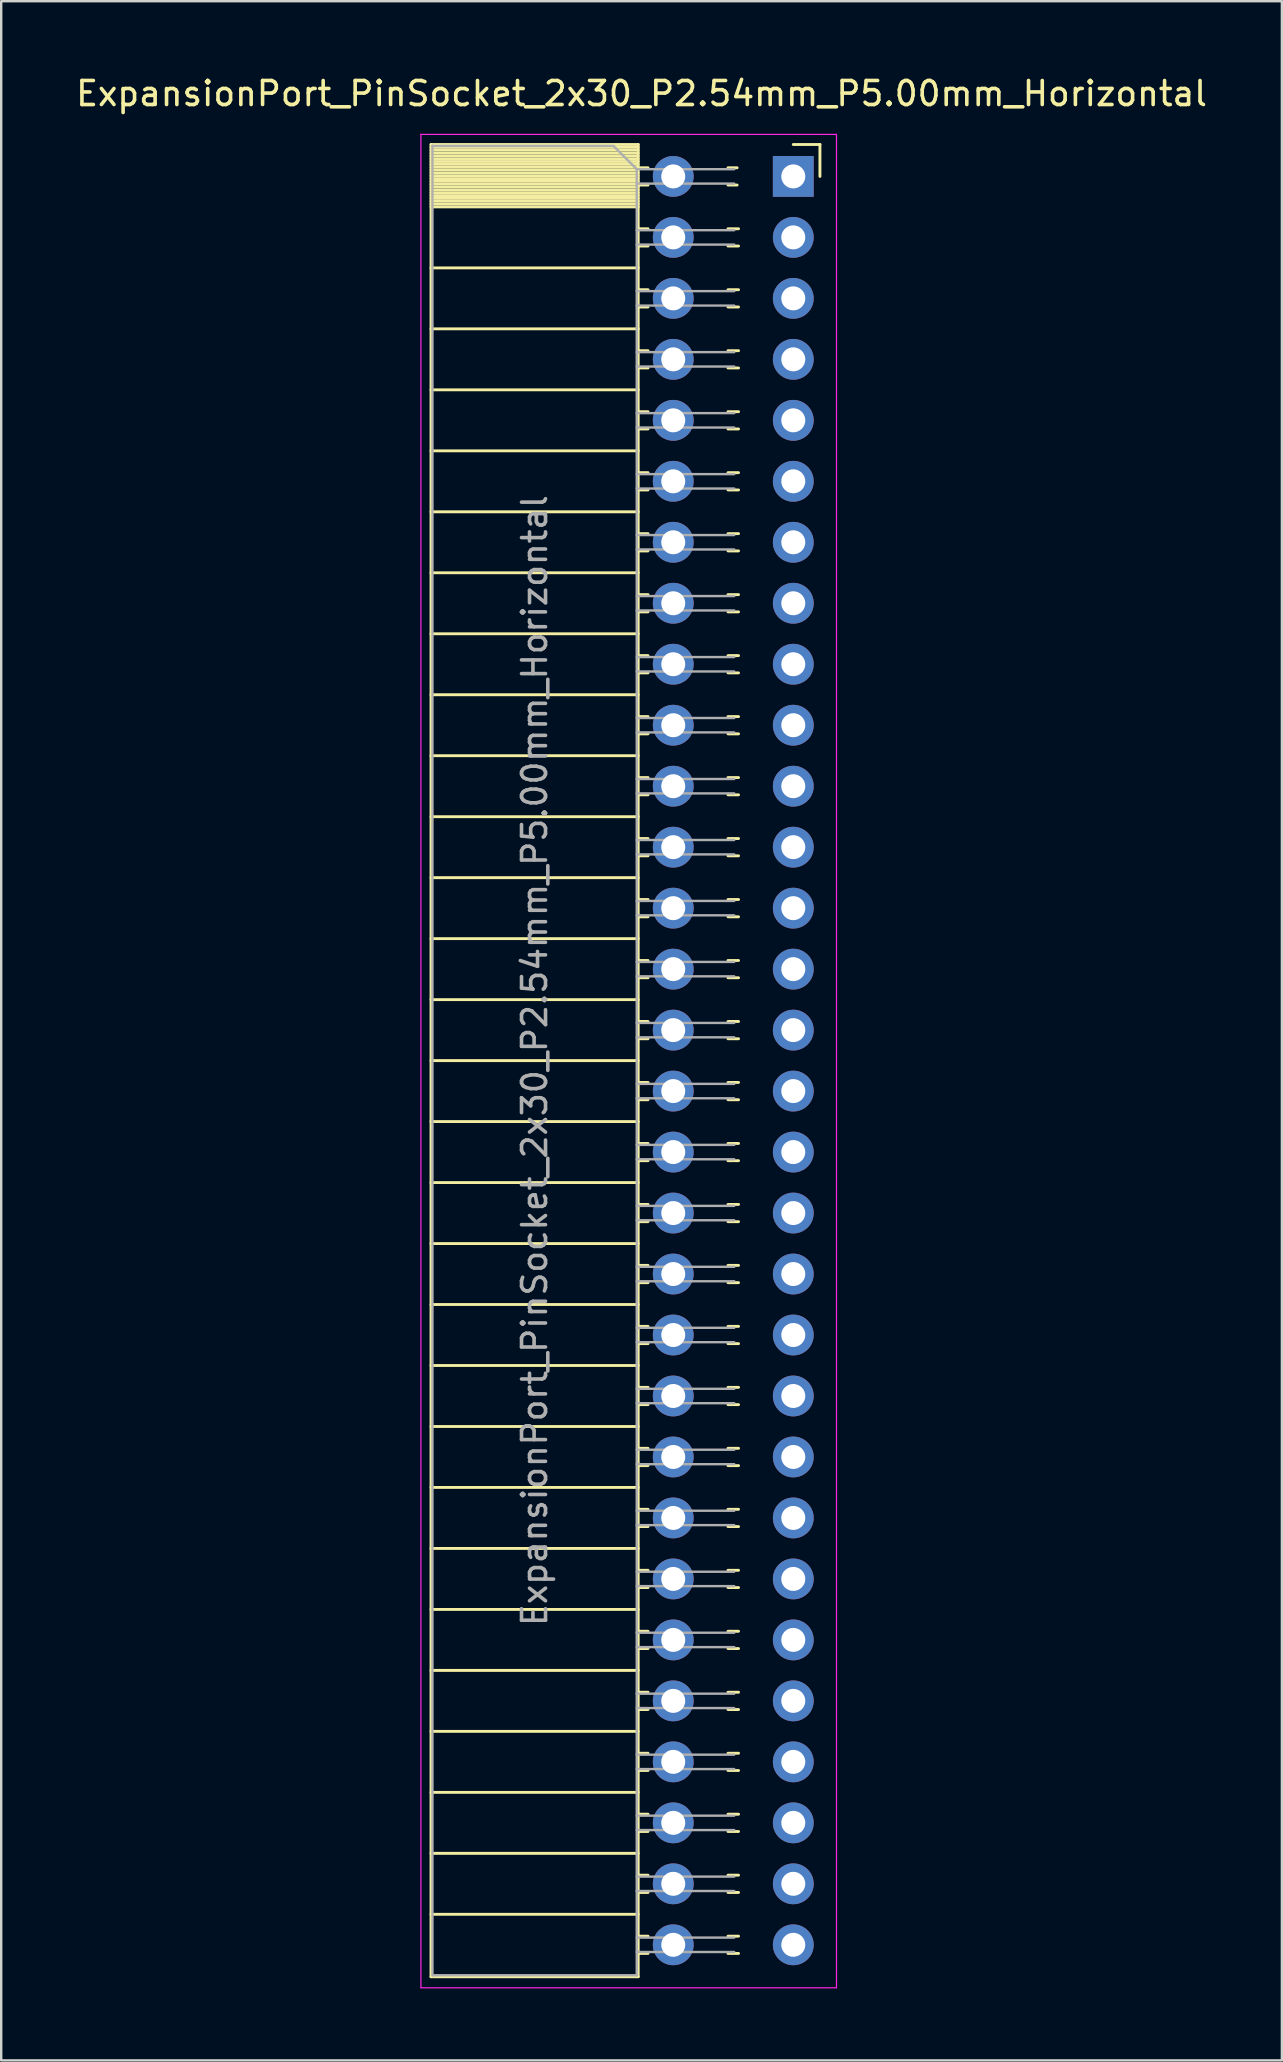
<source format=kicad_pcb>
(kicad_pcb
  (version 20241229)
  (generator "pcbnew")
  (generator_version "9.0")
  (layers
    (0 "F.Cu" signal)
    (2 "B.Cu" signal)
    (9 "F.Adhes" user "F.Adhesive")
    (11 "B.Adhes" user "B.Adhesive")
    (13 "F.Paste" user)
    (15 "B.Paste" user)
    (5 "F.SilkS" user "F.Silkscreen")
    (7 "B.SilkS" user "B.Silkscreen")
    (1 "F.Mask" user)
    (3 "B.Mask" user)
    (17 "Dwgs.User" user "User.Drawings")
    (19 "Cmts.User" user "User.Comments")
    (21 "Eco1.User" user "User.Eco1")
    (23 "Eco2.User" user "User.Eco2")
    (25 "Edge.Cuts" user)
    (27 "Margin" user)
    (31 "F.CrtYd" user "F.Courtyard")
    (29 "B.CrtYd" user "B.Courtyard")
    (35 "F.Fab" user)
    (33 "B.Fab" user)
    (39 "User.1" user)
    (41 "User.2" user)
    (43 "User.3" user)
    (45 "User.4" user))
  (footprint "ExpansionPort_PinSocket_2x30_P2.54mm_P5.00mm_Horizontal"
    (layer "F.Cu")
    (at 29.993 4.298)
    (property "Reference" "ExpansionPort_PinSocket_2x30_P2.54mm_P5.00mm_Horizontal" (at -6.32 -3.45 0) (layer "F.SilkS") (effects (font (size 1 1) (thickness 0.15))))
    (attr through_hole)
    (fp_line (start -15.09 -1.33) (end -15.09 74.99) (stroke (width 0.12) (type solid)) (layer "F.SilkS"))
    (fp_line (start -15.09 -1.33) (end -6.46 -1.33) (stroke (width 0.12) (type solid)) (layer "F.SilkS"))
    (fp_line (start -15.09 -1.21) (end -6.46 -1.21) (stroke (width 0.12) (type solid)) (layer "F.SilkS"))
    (fp_line (start -15.09 -1.092) (end -6.46 -1.092) (stroke (width 0.12) (type solid)) (layer "F.SilkS"))
    (fp_line (start -15.09 -0.974) (end -6.46 -0.974) (stroke (width 0.12) (type solid)) (layer "F.SilkS"))
    (fp_line (start -15.09 -0.856) (end -6.46 -0.856) (stroke (width 0.12) (type solid)) (layer "F.SilkS"))
    (fp_line (start -15.09 -0.738) (end -6.46 -0.738) (stroke (width 0.12) (type solid)) (layer "F.SilkS"))
    (fp_line (start -15.09 -0.62) (end -6.46 -0.62) (stroke (width 0.12) (type solid)) (layer "F.SilkS"))
    (fp_line (start -15.09 -0.501) (end -6.46 -0.501) (stroke (width 0.12) (type solid)) (layer "F.SilkS"))
    (fp_line (start -15.09 -0.383) (end -6.46 -0.383) (stroke (width 0.12) (type solid)) (layer "F.SilkS"))
    (fp_line (start -15.09 -0.265) (end -6.46 -0.265) (stroke (width 0.12) (type solid)) (layer "F.SilkS"))
    (fp_line (start -15.09 -0.147) (end -6.46 -0.147) (stroke (width 0.12) (type solid)) (layer "F.SilkS"))
    (fp_line (start -15.09 -0.029) (end -6.46 -0.029) (stroke (width 0.12) (type solid)) (layer "F.SilkS"))
    (fp_line (start -15.09 0.089) (end -6.46 0.089) (stroke (width 0.12) (type solid)) (layer "F.SilkS"))
    (fp_line (start -15.09 0.207) (end -6.46 0.207) (stroke (width 0.12) (type solid)) (layer "F.SilkS"))
    (fp_line (start -15.09 0.325) (end -6.46 0.325) (stroke (width 0.12) (type solid)) (layer "F.SilkS"))
    (fp_line (start -15.09 0.443) (end -6.46 0.443) (stroke (width 0.12) (type solid)) (layer "F.SilkS"))
    (fp_line (start -15.09 0.561) (end -6.46 0.561) (stroke (width 0.12) (type solid)) (layer "F.SilkS"))
    (fp_line (start -15.09 0.68) (end -6.46 0.68) (stroke (width 0.12) (type solid)) (layer "F.SilkS"))
    (fp_line (start -15.09 0.798) (end -6.46 0.798) (stroke (width 0.12) (type solid)) (layer "F.SilkS"))
    (fp_line (start -15.09 0.916) (end -6.46 0.916) (stroke (width 0.12) (type solid)) (layer "F.SilkS"))
    (fp_line (start -15.09 1.034) (end -6.46 1.034) (stroke (width 0.12) (type solid)) (layer "F.SilkS"))
    (fp_line (start -15.09 1.152) (end -6.46 1.152) (stroke (width 0.12) (type solid)) (layer "F.SilkS"))
    (fp_line (start -15.09 1.27) (end -6.46 1.27) (stroke (width 0.12) (type solid)) (layer "F.SilkS"))
    (fp_line (start -15.09 3.81) (end -6.46 3.81) (stroke (width 0.12) (type solid)) (layer "F.SilkS"))
    (fp_line (start -15.09 6.35) (end -6.46 6.35) (stroke (width 0.12) (type solid)) (layer "F.SilkS"))
    (fp_line (start -15.09 8.89) (end -6.46 8.89) (stroke (width 0.12) (type solid)) (layer "F.SilkS"))
    (fp_line (start -15.09 11.43) (end -6.46 11.43) (stroke (width 0.12) (type solid)) (layer "F.SilkS"))
    (fp_line (start -15.09 13.97) (end -6.46 13.97) (stroke (width 0.12) (type solid)) (layer "F.SilkS"))
    (fp_line (start -15.09 16.51) (end -6.46 16.51) (stroke (width 0.12) (type solid)) (layer "F.SilkS"))
    (fp_line (start -15.09 19.05) (end -6.46 19.05) (stroke (width 0.12) (type solid)) (layer "F.SilkS"))
    (fp_line (start -15.09 21.59) (end -6.46 21.59) (stroke (width 0.12) (type solid)) (layer "F.SilkS"))
    (fp_line (start -15.09 24.13) (end -6.46 24.13) (stroke (width 0.12) (type solid)) (layer "F.SilkS"))
    (fp_line (start -15.09 26.67) (end -6.46 26.67) (stroke (width 0.12) (type solid)) (layer "F.SilkS"))
    (fp_line (start -15.09 29.21) (end -6.46 29.21) (stroke (width 0.12) (type solid)) (layer "F.SilkS"))
    (fp_line (start -15.09 31.75) (end -6.46 31.75) (stroke (width 0.12) (type solid)) (layer "F.SilkS"))
    (fp_line (start -15.09 34.29) (end -6.46 34.29) (stroke (width 0.12) (type solid)) (layer "F.SilkS"))
    (fp_line (start -15.09 36.83) (end -6.46 36.83) (stroke (width 0.12) (type solid)) (layer "F.SilkS"))
    (fp_line (start -15.09 39.37) (end -6.46 39.37) (stroke (width 0.12) (type solid)) (layer "F.SilkS"))
    (fp_line (start -15.09 41.91) (end -6.46 41.91) (stroke (width 0.12) (type solid)) (layer "F.SilkS"))
    (fp_line (start -15.09 44.45) (end -6.46 44.45) (stroke (width 0.12) (type solid)) (layer "F.SilkS"))
    (fp_line (start -15.09 46.99) (end -6.46 46.99) (stroke (width 0.12) (type solid)) (layer "F.SilkS"))
    (fp_line (start -15.09 49.53) (end -6.46 49.53) (stroke (width 0.12) (type solid)) (layer "F.SilkS"))
    (fp_line (start -15.09 52.07) (end -6.46 52.07) (stroke (width 0.12) (type solid)) (layer "F.SilkS"))
    (fp_line (start -15.09 54.61) (end -6.46 54.61) (stroke (width 0.12) (type solid)) (layer "F.SilkS"))
    (fp_line (start -15.09 57.15) (end -6.46 57.15) (stroke (width 0.12) (type solid)) (layer "F.SilkS"))
    (fp_line (start -15.09 59.69) (end -6.46 59.69) (stroke (width 0.12) (type solid)) (layer "F.SilkS"))
    (fp_line (start -15.09 62.23) (end -6.46 62.23) (stroke (width 0.12) (type solid)) (layer "F.SilkS"))
    (fp_line (start -15.09 64.77) (end -6.46 64.77) (stroke (width 0.12) (type solid)) (layer "F.SilkS"))
    (fp_line (start -15.09 67.31) (end -6.46 67.31) (stroke (width 0.12) (type solid)) (layer "F.SilkS"))
    (fp_line (start -15.09 69.85) (end -6.46 69.85) (stroke (width 0.12) (type solid)) (layer "F.SilkS"))
    (fp_line (start -15.09 72.39) (end -6.46 72.39) (stroke (width 0.12) (type solid)) (layer "F.SilkS"))
    (fp_line (start -15.09 74.99) (end -6.46 74.99) (stroke (width 0.12) (type solid)) (layer "F.SilkS"))
    (fp_line (start -6.46 -1.33) (end -6.46 74.99) (stroke (width 0.12) (type solid)) (layer "F.SilkS"))
    (fp_line (start -6.46 -0.36) (end -6.05 -0.36) (stroke (width 0.12) (type solid)) (layer "F.SilkS"))
    (fp_line (start -6.46 0.36) (end -6.05 0.36) (stroke (width 0.12) (type solid)) (layer "F.SilkS"))
    (fp_line (start -6.46 2.18) (end -6.05 2.18) (stroke (width 0.12) (type solid)) (layer "F.SilkS"))
    (fp_line (start -6.46 2.9) (end -6.05 2.9) (stroke (width 0.12) (type solid)) (layer "F.SilkS"))
    (fp_line (start -6.46 4.72) (end -6.05 4.72) (stroke (width 0.12) (type solid)) (layer "F.SilkS"))
    (fp_line (start -6.46 5.44) (end -6.05 5.44) (stroke (width 0.12) (type solid)) (layer "F.SilkS"))
    (fp_line (start -6.46 7.26) (end -6.05 7.26) (stroke (width 0.12) (type solid)) (layer "F.SilkS"))
    (fp_line (start -6.46 7.98) (end -6.05 7.98) (stroke (width 0.12) (type solid)) (layer "F.SilkS"))
    (fp_line (start -6.46 9.8) (end -6.05 9.8) (stroke (width 0.12) (type solid)) (layer "F.SilkS"))
    (fp_line (start -6.46 10.52) (end -6.05 10.52) (stroke (width 0.12) (type solid)) (layer "F.SilkS"))
    (fp_line (start -6.46 12.34) (end -6.05 12.34) (stroke (width 0.12) (type solid)) (layer "F.SilkS"))
    (fp_line (start -6.46 13.06) (end -6.05 13.06) (stroke (width 0.12) (type solid)) (layer "F.SilkS"))
    (fp_line (start -6.46 14.88) (end -6.05 14.88) (stroke (width 0.12) (type solid)) (layer "F.SilkS"))
    (fp_line (start -6.46 15.6) (end -6.05 15.6) (stroke (width 0.12) (type solid)) (layer "F.SilkS"))
    (fp_line (start -6.46 17.42) (end -6.05 17.42) (stroke (width 0.12) (type solid)) (layer "F.SilkS"))
    (fp_line (start -6.46 18.14) (end -6.05 18.14) (stroke (width 0.12) (type solid)) (layer "F.SilkS"))
    (fp_line (start -6.46 19.96) (end -6.05 19.96) (stroke (width 0.12) (type solid)) (layer "F.SilkS"))
    (fp_line (start -6.46 20.68) (end -6.05 20.68) (stroke (width 0.12) (type solid)) (layer "F.SilkS"))
    (fp_line (start -6.46 22.5) (end -6.05 22.5) (stroke (width 0.12) (type solid)) (layer "F.SilkS"))
    (fp_line (start -6.46 23.22) (end -6.05 23.22) (stroke (width 0.12) (type solid)) (layer "F.SilkS"))
    (fp_line (start -6.46 25.04) (end -6.05 25.04) (stroke (width 0.12) (type solid)) (layer "F.SilkS"))
    (fp_line (start -6.46 25.76) (end -6.05 25.76) (stroke (width 0.12) (type solid)) (layer "F.SilkS"))
    (fp_line (start -6.46 27.58) (end -6.05 27.58) (stroke (width 0.12) (type solid)) (layer "F.SilkS"))
    (fp_line (start -6.46 28.3) (end -6.05 28.3) (stroke (width 0.12) (type solid)) (layer "F.SilkS"))
    (fp_line (start -6.46 30.12) (end -6.05 30.12) (stroke (width 0.12) (type solid)) (layer "F.SilkS"))
    (fp_line (start -6.46 30.84) (end -6.05 30.84) (stroke (width 0.12) (type solid)) (layer "F.SilkS"))
    (fp_line (start -6.46 32.66) (end -6.05 32.66) (stroke (width 0.12) (type solid)) (layer "F.SilkS"))
    (fp_line (start -6.46 33.38) (end -6.05 33.38) (stroke (width 0.12) (type solid)) (layer "F.SilkS"))
    (fp_line (start -6.46 35.2) (end -6.05 35.2) (stroke (width 0.12) (type solid)) (layer "F.SilkS"))
    (fp_line (start -6.46 35.92) (end -6.05 35.92) (stroke (width 0.12) (type solid)) (layer "F.SilkS"))
    (fp_line (start -6.46 37.74) (end -6.05 37.74) (stroke (width 0.12) (type solid)) (layer "F.SilkS"))
    (fp_line (start -6.46 38.46) (end -6.05 38.46) (stroke (width 0.12) (type solid)) (layer "F.SilkS"))
    (fp_line (start -6.46 40.28) (end -6.05 40.28) (stroke (width 0.12) (type solid)) (layer "F.SilkS"))
    (fp_line (start -6.46 41) (end -6.05 41) (stroke (width 0.12) (type solid)) (layer "F.SilkS"))
    (fp_line (start -6.46 42.82) (end -6.05 42.82) (stroke (width 0.12) (type solid)) (layer "F.SilkS"))
    (fp_line (start -6.46 43.54) (end -6.05 43.54) (stroke (width 0.12) (type solid)) (layer "F.SilkS"))
    (fp_line (start -6.46 45.36) (end -6.05 45.36) (stroke (width 0.12) (type solid)) (layer "F.SilkS"))
    (fp_line (start -6.46 46.08) (end -6.05 46.08) (stroke (width 0.12) (type solid)) (layer "F.SilkS"))
    (fp_line (start -6.46 47.9) (end -6.05 47.9) (stroke (width 0.12) (type solid)) (layer "F.SilkS"))
    (fp_line (start -6.46 48.62) (end -6.05 48.62) (stroke (width 0.12) (type solid)) (layer "F.SilkS"))
    (fp_line (start -6.46 50.44) (end -6.05 50.44) (stroke (width 0.12) (type solid)) (layer "F.SilkS"))
    (fp_line (start -6.46 51.16) (end -6.05 51.16) (stroke (width 0.12) (type solid)) (layer "F.SilkS"))
    (fp_line (start -6.46 52.98) (end -6.05 52.98) (stroke (width 0.12) (type solid)) (layer "F.SilkS"))
    (fp_line (start -6.46 53.7) (end -6.05 53.7) (stroke (width 0.12) (type solid)) (layer "F.SilkS"))
    (fp_line (start -6.46 55.52) (end -6.05 55.52) (stroke (width 0.12) (type solid)) (layer "F.SilkS"))
    (fp_line (start -6.46 56.24) (end -6.05 56.24) (stroke (width 0.12) (type solid)) (layer "F.SilkS"))
    (fp_line (start -6.46 58.06) (end -6.05 58.06) (stroke (width 0.12) (type solid)) (layer "F.SilkS"))
    (fp_line (start -6.46 58.78) (end -6.05 58.78) (stroke (width 0.12) (type solid)) (layer "F.SilkS"))
    (fp_line (start -6.46 60.6) (end -6.05 60.6) (stroke (width 0.12) (type solid)) (layer "F.SilkS"))
    (fp_line (start -6.46 61.32) (end -6.05 61.32) (stroke (width 0.12) (type solid)) (layer "F.SilkS"))
    (fp_line (start -6.46 63.14) (end -6.05 63.14) (stroke (width 0.12) (type solid)) (layer "F.SilkS"))
    (fp_line (start -6.46 63.86) (end -6.05 63.86) (stroke (width 0.12) (type solid)) (layer "F.SilkS"))
    (fp_line (start -6.46 65.68) (end -6.05 65.68) (stroke (width 0.12) (type solid)) (layer "F.SilkS"))
    (fp_line (start -6.46 66.4) (end -6.05 66.4) (stroke (width 0.12) (type solid)) (layer "F.SilkS"))
    (fp_line (start -6.46 68.22) (end -6.05 68.22) (stroke (width 0.12) (type solid)) (layer "F.SilkS"))
    (fp_line (start -6.46 68.94) (end -6.05 68.94) (stroke (width 0.12) (type solid)) (layer "F.SilkS"))
    (fp_line (start -6.46 70.76) (end -6.05 70.76) (stroke (width 0.12) (type solid)) (layer "F.SilkS"))
    (fp_line (start -6.46 71.48) (end -6.05 71.48) (stroke (width 0.12) (type solid)) (layer "F.SilkS"))
    (fp_line (start -6.46 73.3) (end -6.05 73.3) (stroke (width 0.12) (type solid)) (layer "F.SilkS"))
    (fp_line (start -6.46 74.02) (end -6.05 74.02) (stroke (width 0.12) (type solid)) (layer "F.SilkS"))
    (fp_line (start -2.72 -0.36) (end -2.34 -0.36) (stroke (width 0.12) (type solid)) (layer "F.SilkS"))
    (fp_line (start -2.72 0.36) (end -2.34 0.36) (stroke (width 0.12) (type solid)) (layer "F.SilkS"))
    (fp_line (start -2.72 2.18) (end -2.28 2.18) (stroke (width 0.12) (type solid)) (layer "F.SilkS"))
    (fp_line (start -2.72 2.9) (end -2.28 2.9) (stroke (width 0.12) (type solid)) (layer "F.SilkS"))
    (fp_line (start -2.72 4.72) (end -2.28 4.72) (stroke (width 0.12) (type solid)) (layer "F.SilkS"))
    (fp_line (start -2.72 5.44) (end -2.28 5.44) (stroke (width 0.12) (type solid)) (layer "F.SilkS"))
    (fp_line (start -2.72 7.26) (end -2.28 7.26) (stroke (width 0.12) (type solid)) (layer "F.SilkS"))
    (fp_line (start -2.72 7.98) (end -2.28 7.98) (stroke (width 0.12) (type solid)) (layer "F.SilkS"))
    (fp_line (start -2.72 9.8) (end -2.28 9.8) (stroke (width 0.12) (type solid)) (layer "F.SilkS"))
    (fp_line (start -2.72 10.52) (end -2.28 10.52) (stroke (width 0.12) (type solid)) (layer "F.SilkS"))
    (fp_line (start -2.72 12.34) (end -2.28 12.34) (stroke (width 0.12) (type solid)) (layer "F.SilkS"))
    (fp_line (start -2.72 13.06) (end -2.28 13.06) (stroke (width 0.12) (type solid)) (layer "F.SilkS"))
    (fp_line (start -2.72 14.88) (end -2.28 14.88) (stroke (width 0.12) (type solid)) (layer "F.SilkS"))
    (fp_line (start -2.72 15.6) (end -2.28 15.6) (stroke (width 0.12) (type solid)) (layer "F.SilkS"))
    (fp_line (start -2.72 17.42) (end -2.28 17.42) (stroke (width 0.12) (type solid)) (layer "F.SilkS"))
    (fp_line (start -2.72 18.14) (end -2.28 18.14) (stroke (width 0.12) (type solid)) (layer "F.SilkS"))
    (fp_line (start -2.72 19.96) (end -2.28 19.96) (stroke (width 0.12) (type solid)) (layer "F.SilkS"))
    (fp_line (start -2.72 20.68) (end -2.28 20.68) (stroke (width 0.12) (type solid)) (layer "F.SilkS"))
    (fp_line (start -2.72 22.5) (end -2.28 22.5) (stroke (width 0.12) (type solid)) (layer "F.SilkS"))
    (fp_line (start -2.72 23.22) (end -2.28 23.22) (stroke (width 0.12) (type solid)) (layer "F.SilkS"))
    (fp_line (start -2.72 25.04) (end -2.28 25.04) (stroke (width 0.12) (type solid)) (layer "F.SilkS"))
    (fp_line (start -2.72 25.76) (end -2.28 25.76) (stroke (width 0.12) (type solid)) (layer "F.SilkS"))
    (fp_line (start -2.72 27.58) (end -2.28 27.58) (stroke (width 0.12) (type solid)) (layer "F.SilkS"))
    (fp_line (start -2.72 28.3) (end -2.28 28.3) (stroke (width 0.12) (type solid)) (layer "F.SilkS"))
    (fp_line (start -2.72 30.12) (end -2.28 30.12) (stroke (width 0.12) (type solid)) (layer "F.SilkS"))
    (fp_line (start -2.72 30.84) (end -2.28 30.84) (stroke (width 0.12) (type solid)) (layer "F.SilkS"))
    (fp_line (start -2.72 32.66) (end -2.28 32.66) (stroke (width 0.12) (type solid)) (layer "F.SilkS"))
    (fp_line (start -2.72 33.38) (end -2.28 33.38) (stroke (width 0.12) (type solid)) (layer "F.SilkS"))
    (fp_line (start -2.72 35.2) (end -2.28 35.2) (stroke (width 0.12) (type solid)) (layer "F.SilkS"))
    (fp_line (start -2.72 35.92) (end -2.28 35.92) (stroke (width 0.12) (type solid)) (layer "F.SilkS"))
    (fp_line (start -2.72 37.74) (end -2.28 37.74) (stroke (width 0.12) (type solid)) (layer "F.SilkS"))
    (fp_line (start -2.72 38.46) (end -2.28 38.46) (stroke (width 0.12) (type solid)) (layer "F.SilkS"))
    (fp_line (start -2.72 40.28) (end -2.28 40.28) (stroke (width 0.12) (type solid)) (layer "F.SilkS"))
    (fp_line (start -2.72 41) (end -2.28 41) (stroke (width 0.12) (type solid)) (layer "F.SilkS"))
    (fp_line (start -2.72 42.82) (end -2.28 42.82) (stroke (width 0.12) (type solid)) (layer "F.SilkS"))
    (fp_line (start -2.72 43.54) (end -2.28 43.54) (stroke (width 0.12) (type solid)) (layer "F.SilkS"))
    (fp_line (start -2.72 45.36) (end -2.28 45.36) (stroke (width 0.12) (type solid)) (layer "F.SilkS"))
    (fp_line (start -2.72 46.08) (end -2.28 46.08) (stroke (width 0.12) (type solid)) (layer "F.SilkS"))
    (fp_line (start -2.72 47.9) (end -2.28 47.9) (stroke (width 0.12) (type solid)) (layer "F.SilkS"))
    (fp_line (start -2.72 48.62) (end -2.28 48.62) (stroke (width 0.12) (type solid)) (layer "F.SilkS"))
    (fp_line (start -2.72 50.44) (end -2.28 50.44) (stroke (width 0.12) (type solid)) (layer "F.SilkS"))
    (fp_line (start -2.72 51.16) (end -2.28 51.16) (stroke (width 0.12) (type solid)) (layer "F.SilkS"))
    (fp_line (start -2.72 52.98) (end -2.28 52.98) (stroke (width 0.12) (type solid)) (layer "F.SilkS"))
    (fp_line (start -2.72 53.7) (end -2.28 53.7) (stroke (width 0.12) (type solid)) (layer "F.SilkS"))
    (fp_line (start -2.72 55.52) (end -2.28 55.52) (stroke (width 0.12) (type solid)) (layer "F.SilkS"))
    (fp_line (start -2.72 56.24) (end -2.28 56.24) (stroke (width 0.12) (type solid)) (layer "F.SilkS"))
    (fp_line (start -2.72 58.06) (end -2.28 58.06) (stroke (width 0.12) (type solid)) (layer "F.SilkS"))
    (fp_line (start -2.72 58.78) (end -2.28 58.78) (stroke (width 0.12) (type solid)) (layer "F.SilkS"))
    (fp_line (start -2.72 60.6) (end -2.28 60.6) (stroke (width 0.12) (type solid)) (layer "F.SilkS"))
    (fp_line (start -2.72 61.32) (end -2.28 61.32) (stroke (width 0.12) (type solid)) (layer "F.SilkS"))
    (fp_line (start -2.72 63.14) (end -2.28 63.14) (stroke (width 0.12) (type solid)) (layer "F.SilkS"))
    (fp_line (start -2.72 63.86) (end -2.28 63.86) (stroke (width 0.12) (type solid)) (layer "F.SilkS"))
    (fp_line (start -2.72 65.68) (end -2.28 65.68) (stroke (width 0.12) (type solid)) (layer "F.SilkS"))
    (fp_line (start -2.72 66.4) (end -2.28 66.4) (stroke (width 0.12) (type solid)) (layer "F.SilkS"))
    (fp_line (start -2.72 68.22) (end -2.28 68.22) (stroke (width 0.12) (type solid)) (layer "F.SilkS"))
    (fp_line (start -2.72 68.94) (end -2.28 68.94) (stroke (width 0.12) (type solid)) (layer "F.SilkS"))
    (fp_line (start -2.72 70.76) (end -2.28 70.76) (stroke (width 0.12) (type solid)) (layer "F.SilkS"))
    (fp_line (start -2.72 71.48) (end -2.28 71.48) (stroke (width 0.12) (type solid)) (layer "F.SilkS"))
    (fp_line (start -2.72 73.3) (end -2.28 73.3) (stroke (width 0.12) (type solid)) (layer "F.SilkS"))
    (fp_line (start -2.72 74.02) (end -2.28 74.02) (stroke (width 0.12) (type solid)) (layer "F.SilkS"))
    (fp_line (start 0 -1.33) (end 1.11 -1.33) (stroke (width 0.12) (type solid)) (layer "F.SilkS"))
    (fp_line (start 1.11 -1.33) (end 1.11 0) (stroke (width 0.12) (type solid)) (layer "F.SilkS"))
    (fp_line (start -15.51 -1.75) (end -15.51 75.45) (stroke (width 0.05) (type solid)) (layer "F.CrtYd"))
    (fp_line (start -15.51 75.45) (end 1.8 75.45) (stroke (width 0.05) (type solid)) (layer "F.CrtYd"))
    (fp_line (start 1.8 -1.75) (end -15.51 -1.75) (stroke (width 0.05) (type solid)) (layer "F.CrtYd"))
    (fp_line (start 1.8 75.45) (end 1.8 -1.75) (stroke (width 0.05) (type solid)) (layer "F.CrtYd"))
    (fp_line (start -15.03 -1.27) (end -7.49 -1.27) (stroke (width 0.1) (type solid)) (layer "F.Fab"))
    (fp_line (start -15.03 74.93) (end -15.03 -1.27) (stroke (width 0.1) (type solid)) (layer "F.Fab"))
    (fp_line (start -7.49 -1.27) (end -6.52 -0.3) (stroke (width 0.1) (type solid)) (layer "F.Fab"))
    (fp_line (start -6.52 -0.3) (end -6.52 74.93) (stroke (width 0.1) (type solid)) (layer "F.Fab"))
    (fp_line (start -6.52 0.3) (end -2.46 0.3) (stroke (width 0.1) (type solid)) (layer "F.Fab"))
    (fp_line (start -6.52 2.84) (end -2.46 2.84) (stroke (width 0.1) (type solid)) (layer "F.Fab"))
    (fp_line (start -6.52 5.38) (end -2.46 5.38) (stroke (width 0.1) (type solid)) (layer "F.Fab"))
    (fp_line (start -6.52 7.92) (end -2.46 7.92) (stroke (width 0.1) (type solid)) (layer "F.Fab"))
    (fp_line (start -6.52 10.46) (end -2.46 10.46) (stroke (width 0.1) (type solid)) (layer "F.Fab"))
    (fp_line (start -6.52 13) (end -2.46 13) (stroke (width 0.1) (type solid)) (layer "F.Fab"))
    (fp_line (start -6.52 15.54) (end -2.46 15.54) (stroke (width 0.1) (type solid)) (layer "F.Fab"))
    (fp_line (start -6.52 18.08) (end -2.46 18.08) (stroke (width 0.1) (type solid)) (layer "F.Fab"))
    (fp_line (start -6.52 20.62) (end -2.46 20.62) (stroke (width 0.1) (type solid)) (layer "F.Fab"))
    (fp_line (start -6.52 23.16) (end -2.46 23.16) (stroke (width 0.1) (type solid)) (layer "F.Fab"))
    (fp_line (start -6.52 25.7) (end -2.46 25.7) (stroke (width 0.1) (type solid)) (layer "F.Fab"))
    (fp_line (start -6.52 28.24) (end -2.46 28.24) (stroke (width 0.1) (type solid)) (layer "F.Fab"))
    (fp_line (start -6.52 30.78) (end -2.46 30.78) (stroke (width 0.1) (type solid)) (layer "F.Fab"))
    (fp_line (start -6.52 33.32) (end -2.46 33.32) (stroke (width 0.1) (type solid)) (layer "F.Fab"))
    (fp_line (start -6.52 35.86) (end -2.46 35.86) (stroke (width 0.1) (type solid)) (layer "F.Fab"))
    (fp_line (start -6.52 38.4) (end -2.46 38.4) (stroke (width 0.1) (type solid)) (layer "F.Fab"))
    (fp_line (start -6.52 40.94) (end -2.46 40.94) (stroke (width 0.1) (type solid)) (layer "F.Fab"))
    (fp_line (start -6.52 43.48) (end -2.46 43.48) (stroke (width 0.1) (type solid)) (layer "F.Fab"))
    (fp_line (start -6.52 46.02) (end -2.46 46.02) (stroke (width 0.1) (type solid)) (layer "F.Fab"))
    (fp_line (start -6.52 48.56) (end -2.46 48.56) (stroke (width 0.1) (type solid)) (layer "F.Fab"))
    (fp_line (start -6.52 51.1) (end -2.46 51.1) (stroke (width 0.1) (type solid)) (layer "F.Fab"))
    (fp_line (start -6.52 53.64) (end -2.46 53.64) (stroke (width 0.1) (type solid)) (layer "F.Fab"))
    (fp_line (start -6.52 56.18) (end -2.46 56.18) (stroke (width 0.1) (type solid)) (layer "F.Fab"))
    (fp_line (start -6.52 58.72) (end -2.46 58.72) (stroke (width 0.1) (type solid)) (layer "F.Fab"))
    (fp_line (start -6.52 61.26) (end -2.46 61.26) (stroke (width 0.1) (type solid)) (layer "F.Fab"))
    (fp_line (start -6.52 63.8) (end -2.46 63.8) (stroke (width 0.1) (type solid)) (layer "F.Fab"))
    (fp_line (start -6.52 66.34) (end -2.46 66.34) (stroke (width 0.1) (type solid)) (layer "F.Fab"))
    (fp_line (start -6.52 68.88) (end -2.46 68.88) (stroke (width 0.1) (type solid)) (layer "F.Fab"))
    (fp_line (start -6.52 71.42) (end -2.46 71.42) (stroke (width 0.1) (type solid)) (layer "F.Fab"))
    (fp_line (start -6.52 73.96) (end -2.46 73.96) (stroke (width 0.1) (type solid)) (layer "F.Fab"))
    (fp_line (start -6.52 74.93) (end -15.03 74.93) (stroke (width 0.1) (type solid)) (layer "F.Fab"))
    (fp_line (start -2.46 -0.3) (end -6.52 -0.3) (stroke (width 0.1) (type solid)) (layer "F.Fab"))
    (fp_line (start -2.46 2.24) (end -6.52 2.24) (stroke (width 0.1) (type solid)) (layer "F.Fab"))
    (fp_line (start -2.46 4.78) (end -6.52 4.78) (stroke (width 0.1) (type solid)) (layer "F.Fab"))
    (fp_line (start -2.46 7.32) (end -6.52 7.32) (stroke (width 0.1) (type solid)) (layer "F.Fab"))
    (fp_line (start -2.46 9.86) (end -6.52 9.86) (stroke (width 0.1) (type solid)) (layer "F.Fab"))
    (fp_line (start -2.46 12.4) (end -6.52 12.4) (stroke (width 0.1) (type solid)) (layer "F.Fab"))
    (fp_line (start -2.46 14.94) (end -6.52 14.94) (stroke (width 0.1) (type solid)) (layer "F.Fab"))
    (fp_line (start -2.46 17.48) (end -6.52 17.48) (stroke (width 0.1) (type solid)) (layer "F.Fab"))
    (fp_line (start -2.46 20.02) (end -6.52 20.02) (stroke (width 0.1) (type solid)) (layer "F.Fab"))
    (fp_line (start -2.46 22.56) (end -6.52 22.56) (stroke (width 0.1) (type solid)) (layer "F.Fab"))
    (fp_line (start -2.46 25.1) (end -6.52 25.1) (stroke (width 0.1) (type solid)) (layer "F.Fab"))
    (fp_line (start -2.46 27.64) (end -6.52 27.64) (stroke (width 0.1) (type solid)) (layer "F.Fab"))
    (fp_line (start -2.46 30.18) (end -6.52 30.18) (stroke (width 0.1) (type solid)) (layer "F.Fab"))
    (fp_line (start -2.46 32.72) (end -6.52 32.72) (stroke (width 0.1) (type solid)) (layer "F.Fab"))
    (fp_line (start -2.46 35.26) (end -6.52 35.26) (stroke (width 0.1) (type solid)) (layer "F.Fab"))
    (fp_line (start -2.46 37.8) (end -6.52 37.8) (stroke (width 0.1) (type solid)) (layer "F.Fab"))
    (fp_line (start -2.46 40.34) (end -6.52 40.34) (stroke (width 0.1) (type solid)) (layer "F.Fab"))
    (fp_line (start -2.46 42.88) (end -6.52 42.88) (stroke (width 0.1) (type solid)) (layer "F.Fab"))
    (fp_line (start -2.46 45.42) (end -6.52 45.42) (stroke (width 0.1) (type solid)) (layer "F.Fab"))
    (fp_line (start -2.46 47.96) (end -6.52 47.96) (stroke (width 0.1) (type solid)) (layer "F.Fab"))
    (fp_line (start -2.46 50.5) (end -6.52 50.5) (stroke (width 0.1) (type solid)) (layer "F.Fab"))
    (fp_line (start -2.46 53.04) (end -6.52 53.04) (stroke (width 0.1) (type solid)) (layer "F.Fab"))
    (fp_line (start -2.46 55.58) (end -6.52 55.58) (stroke (width 0.1) (type solid)) (layer "F.Fab"))
    (fp_line (start -2.46 58.12) (end -6.52 58.12) (stroke (width 0.1) (type solid)) (layer "F.Fab"))
    (fp_line (start -2.46 60.66) (end -6.52 60.66) (stroke (width 0.1) (type solid)) (layer "F.Fab"))
    (fp_line (start -2.46 63.2) (end -6.52 63.2) (stroke (width 0.1) (type solid)) (layer "F.Fab"))
    (fp_line (start -2.46 65.74) (end -6.52 65.74) (stroke (width 0.1) (type solid)) (layer "F.Fab"))
    (fp_line (start -2.46 68.28) (end -6.52 68.28) (stroke (width 0.1) (type solid)) (layer "F.Fab"))
    (fp_line (start -2.46 70.82) (end -6.52 70.82) (stroke (width 0.1) (type solid)) (layer "F.Fab"))
    (fp_line (start -2.46 73.36) (end -6.52 73.36) (stroke (width 0.1) (type solid)) (layer "F.Fab"))
    (fp_line (start 0 0.3) (end 0 -0.3) (stroke (width 0.1) (type solid)) (layer "F.Fab"))
    (fp_line (start 0 2.84) (end 0 2.24) (stroke (width 0.1) (type solid)) (layer "F.Fab"))
    (fp_line (start 0 5.38) (end 0 4.78) (stroke (width 0.1) (type solid)) (layer "F.Fab"))
    (fp_line (start 0 7.92) (end 0 7.32) (stroke (width 0.1) (type solid)) (layer "F.Fab"))
    (fp_line (start 0 10.46) (end 0 9.86) (stroke (width 0.1) (type solid)) (layer "F.Fab"))
    (fp_line (start 0 13) (end 0 12.4) (stroke (width 0.1) (type solid)) (layer "F.Fab"))
    (fp_line (start 0 15.54) (end 0 14.94) (stroke (width 0.1) (type solid)) (layer "F.Fab"))
    (fp_line (start 0 18.08) (end 0 17.48) (stroke (width 0.1) (type solid)) (layer "F.Fab"))
    (fp_line (start 0 20.62) (end 0 20.02) (stroke (width 0.1) (type solid)) (layer "F.Fab"))
    (fp_line (start 0 23.16) (end 0 22.56) (stroke (width 0.1) (type solid)) (layer "F.Fab"))
    (fp_line (start 0 25.7) (end 0 25.1) (stroke (width 0.1) (type solid)) (layer "F.Fab"))
    (fp_line (start 0 28.24) (end 0 27.64) (stroke (width 0.1) (type solid)) (layer "F.Fab"))
    (fp_line (start 0 30.78) (end 0 30.18) (stroke (width 0.1) (type solid)) (layer "F.Fab"))
    (fp_line (start 0 33.32) (end 0 32.72) (stroke (width 0.1) (type solid)) (layer "F.Fab"))
    (fp_line (start 0 35.86) (end 0 35.26) (stroke (width 0.1) (type solid)) (layer "F.Fab"))
    (fp_line (start 0 38.4) (end 0 37.8) (stroke (width 0.1) (type solid)) (layer "F.Fab"))
    (fp_line (start 0 40.94) (end 0 40.34) (stroke (width 0.1) (type solid)) (layer "F.Fab"))
    (fp_line (start 0 43.48) (end 0 42.88) (stroke (width 0.1) (type solid)) (layer "F.Fab"))
    (fp_line (start 0 46.02) (end 0 45.42) (stroke (width 0.1) (type solid)) (layer "F.Fab"))
    (fp_line (start 0 48.56) (end 0 47.96) (stroke (width 0.1) (type solid)) (layer "F.Fab"))
    (fp_line (start 0 51.1) (end 0 50.5) (stroke (width 0.1) (type solid)) (layer "F.Fab"))
    (fp_line (start 0 53.64) (end 0 53.04) (stroke (width 0.1) (type solid)) (layer "F.Fab"))
    (fp_line (start 0 56.18) (end 0 55.58) (stroke (width 0.1) (type solid)) (layer "F.Fab"))
    (fp_line (start 0 58.72) (end 0 58.12) (stroke (width 0.1) (type solid)) (layer "F.Fab"))
    (fp_line (start 0 61.26) (end 0 60.66) (stroke (width 0.1) (type solid)) (layer "F.Fab"))
    (fp_line (start 0 63.8) (end 0 63.2) (stroke (width 0.1) (type solid)) (layer "F.Fab"))
    (fp_line (start 0 66.34) (end 0 65.74) (stroke (width 0.1) (type solid)) (layer "F.Fab"))
    (fp_line (start 0 68.88) (end 0 68.28) (stroke (width 0.1) (type solid)) (layer "F.Fab"))
    (fp_line (start 0 71.42) (end 0 70.82) (stroke (width 0.1) (type solid)) (layer "F.Fab"))
    (fp_line (start 0 73.96) (end 0 73.36) (stroke (width 0.1) (type solid)) (layer "F.Fab"))
    (fp_text user "${REFERENCE}" (at -10.775 36.83 90) (layer "F.Fab") (effects (font (size 1 1) (thickness 0.15))))
    (pad "A1" thru_hole rect (at 0 0) (size 1.7 1.7) (drill 1) (layers "*.Cu" "*.Mask"))
    (pad "A2" thru_hole oval (at 0 2.54) (size 1.7 1.7) (drill 1) (layers "*.Cu" "*.Mask"))
    (pad "A3" thru_hole oval (at 0 5.08) (size 1.7 1.7) (drill 1) (layers "*.Cu" "*.Mask"))
    (pad "A4" thru_hole oval (at 0 7.62) (size 1.7 1.7) (drill 1) (layers "*.Cu" "*.Mask"))
    (pad "A5" thru_hole oval (at 0 10.16) (size 1.7 1.7) (drill 1) (layers "*.Cu" "*.Mask"))
    (pad "A6" thru_hole oval (at 0 12.7) (size 1.7 1.7) (drill 1) (layers "*.Cu" "*.Mask"))
    (pad "A7" thru_hole oval (at 0 15.24) (size 1.7 1.7) (drill 1) (layers "*.Cu" "*.Mask"))
    (pad "A8" thru_hole oval (at 0 17.78) (size 1.7 1.7) (drill 1) (layers "*.Cu" "*.Mask"))
    (pad "A9" thru_hole oval (at 0 20.32) (size 1.7 1.7) (drill 1) (layers "*.Cu" "*.Mask"))
    (pad "A10" thru_hole oval (at 0 22.86) (size 1.7 1.7) (drill 1) (layers "*.Cu" "*.Mask"))
    (pad "A11" thru_hole oval (at 0 25.4) (size 1.7 1.7) (drill 1) (layers "*.Cu" "*.Mask"))
    (pad "A12" thru_hole oval (at 0 27.94) (size 1.7 1.7) (drill 1) (layers "*.Cu" "*.Mask"))
    (pad "A13" thru_hole oval (at 0 30.48) (size 1.7 1.7) (drill 1) (layers "*.Cu" "*.Mask"))
    (pad "A14" thru_hole oval (at 0 33.02) (size 1.7 1.7) (drill 1) (layers "*.Cu" "*.Mask"))
    (pad "A15" thru_hole oval (at 0 35.56) (size 1.7 1.7) (drill 1) (layers "*.Cu" "*.Mask"))
    (pad "A16" thru_hole oval (at 0 38.1) (size 1.7 1.7) (drill 1) (layers "*.Cu" "*.Mask"))
    (pad "A17" thru_hole oval (at 0 40.64) (size 1.7 1.7) (drill 1) (layers "*.Cu" "*.Mask"))
    (pad "A18" thru_hole oval (at 0 43.18) (size 1.7 1.7) (drill 1) (layers "*.Cu" "*.Mask"))
    (pad "A19" thru_hole oval (at 0 45.72) (size 1.7 1.7) (drill 1) (layers "*.Cu" "*.Mask"))
    (pad "A20" thru_hole oval (at 0 48.26) (size 1.7 1.7) (drill 1) (layers "*.Cu" "*.Mask"))
    (pad "A21" thru_hole oval (at 0 50.8) (size 1.7 1.7) (drill 1) (layers "*.Cu" "*.Mask"))
    (pad "A22" thru_hole oval (at 0 53.34) (size 1.7 1.7) (drill 1) (layers "*.Cu" "*.Mask"))
    (pad "A23" thru_hole oval (at 0 55.88) (size 1.7 1.7) (drill 1) (layers "*.Cu" "*.Mask"))
    (pad "A24" thru_hole oval (at 0 58.42) (size 1.7 1.7) (drill 1) (layers "*.Cu" "*.Mask"))
    (pad "A25" thru_hole oval (at 0 60.96) (size 1.7 1.7) (drill 1) (layers "*.Cu" "*.Mask"))
    (pad "A26" thru_hole oval (at 0 63.5) (size 1.7 1.7) (drill 1) (layers "*.Cu" "*.Mask"))
    (pad "A27" thru_hole oval (at 0 66.04) (size 1.7 1.7) (drill 1) (layers "*.Cu" "*.Mask"))
    (pad "A28" thru_hole oval (at 0 68.58) (size 1.7 1.7) (drill 1) (layers "*.Cu" "*.Mask"))
    (pad "A29" thru_hole oval (at 0 71.12) (size 1.7 1.7) (drill 1) (layers "*.Cu" "*.Mask"))
    (pad "A30" thru_hole oval (at 0 73.66) (size 1.7 1.7) (drill 1) (layers "*.Cu" "*.Mask"))
    (pad "B1" thru_hole oval (at -5 0) (size 1.7 1.7) (drill 1) (layers "*.Cu" "*.Mask"))
    (pad "B2" thru_hole oval (at -5 2.54) (size 1.7 1.7) (drill 1) (layers "*.Cu" "*.Mask"))
    (pad "B3" thru_hole oval (at -5 5.08) (size 1.7 1.7) (drill 1) (layers "*.Cu" "*.Mask"))
    (pad "B4" thru_hole oval (at -5 7.62) (size 1.7 1.7) (drill 1) (layers "*.Cu" "*.Mask"))
    (pad "B5" thru_hole oval (at -5 10.16) (size 1.7 1.7) (drill 1) (layers "*.Cu" "*.Mask"))
    (pad "B6" thru_hole oval (at -5 12.7) (size 1.7 1.7) (drill 1) (layers "*.Cu" "*.Mask"))
    (pad "B7" thru_hole oval (at -5 15.24) (size 1.7 1.7) (drill 1) (layers "*.Cu" "*.Mask"))
    (pad "B8" thru_hole oval (at -5 17.78) (size 1.7 1.7) (drill 1) (layers "*.Cu" "*.Mask"))
    (pad "B9" thru_hole oval (at -5 20.32) (size 1.7 1.7) (drill 1) (layers "*.Cu" "*.Mask"))
    (pad "B10" thru_hole oval (at -5 22.86) (size 1.7 1.7) (drill 1) (layers "*.Cu" "*.Mask"))
    (pad "B11" thru_hole oval (at -5 25.4) (size 1.7 1.7) (drill 1) (layers "*.Cu" "*.Mask"))
    (pad "B12" thru_hole oval (at -5 27.94) (size 1.7 1.7) (drill 1) (layers "*.Cu" "*.Mask"))
    (pad "B13" thru_hole oval (at -5 30.48) (size 1.7 1.7) (drill 1) (layers "*.Cu" "*.Mask"))
    (pad "B14" thru_hole oval (at -5 33.02) (size 1.7 1.7) (drill 1) (layers "*.Cu" "*.Mask"))
    (pad "B15" thru_hole oval (at -5 35.56) (size 1.7 1.7) (drill 1) (layers "*.Cu" "*.Mask"))
    (pad "B16" thru_hole oval (at -5 38.1) (size 1.7 1.7) (drill 1) (layers "*.Cu" "*.Mask"))
    (pad "B17" thru_hole oval (at -5 40.64) (size 1.7 1.7) (drill 1) (layers "*.Cu" "*.Mask"))
    (pad "B18" thru_hole oval (at -5 43.18) (size 1.7 1.7) (drill 1) (layers "*.Cu" "*.Mask"))
    (pad "B19" thru_hole oval (at -5 45.72) (size 1.7 1.7) (drill 1) (layers "*.Cu" "*.Mask"))
    (pad "B20" thru_hole oval (at -5 48.26) (size 1.7 1.7) (drill 1) (layers "*.Cu" "*.Mask"))
    (pad "B21" thru_hole oval (at -5 50.8) (size 1.7 1.7) (drill 1) (layers "*.Cu" "*.Mask"))
    (pad "B22" thru_hole oval (at -5 53.34) (size 1.7 1.7) (drill 1) (layers "*.Cu" "*.Mask"))
    (pad "B23" thru_hole oval (at -5 55.88) (size 1.7 1.7) (drill 1) (layers "*.Cu" "*.Mask"))
    (pad "B24" thru_hole oval (at -5 58.42) (size 1.7 1.7) (drill 1) (layers "*.Cu" "*.Mask"))
    (pad "B25" thru_hole oval (at -5 60.96) (size 1.7 1.7) (drill 1) (layers "*.Cu" "*.Mask"))
    (pad "B26" thru_hole oval (at -5 63.5) (size 1.7 1.7) (drill 1) (layers "*.Cu" "*.Mask"))
    (pad "B27" thru_hole oval (at -5 66.04) (size 1.7 1.7) (drill 1) (layers "*.Cu" "*.Mask"))
    (pad "B28" thru_hole oval (at -5 68.58) (size 1.7 1.7) (drill 1) (layers "*.Cu" "*.Mask"))
    (pad "B29" thru_hole oval (at -5 71.12) (size 1.7 1.7) (drill 1) (layers "*.Cu" "*.Mask"))
    (pad "B30" thru_hole oval (at -5 73.66) (size 1.7 1.7) (drill 1) (layers "*.Cu" "*.Mask")))
  (gr_rect
    (start -3 -3)
    (end 50.345 82.773)
    (stroke (width 0.1) (type default))
    (fill no)
    (layer "Edge.Cuts")))
</source>
